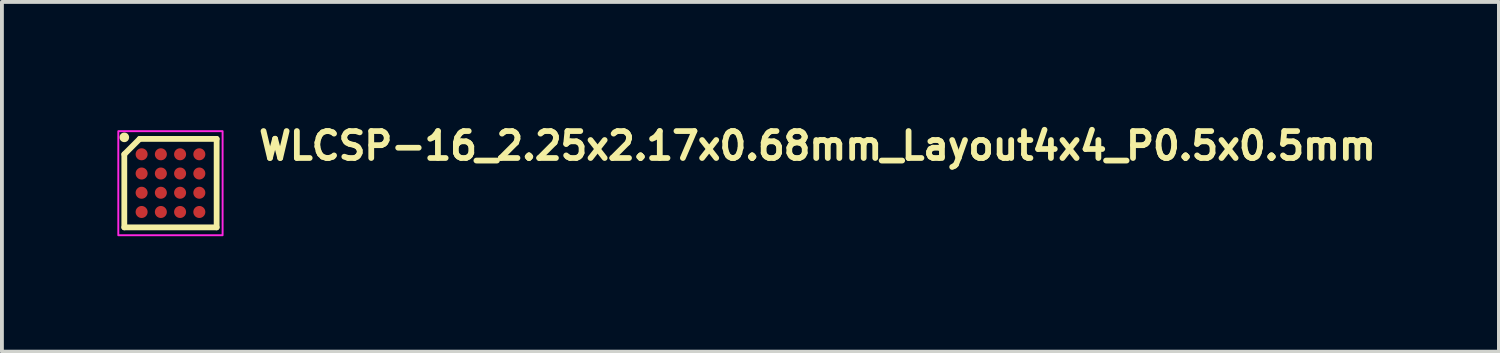
<source format=kicad_pcb>
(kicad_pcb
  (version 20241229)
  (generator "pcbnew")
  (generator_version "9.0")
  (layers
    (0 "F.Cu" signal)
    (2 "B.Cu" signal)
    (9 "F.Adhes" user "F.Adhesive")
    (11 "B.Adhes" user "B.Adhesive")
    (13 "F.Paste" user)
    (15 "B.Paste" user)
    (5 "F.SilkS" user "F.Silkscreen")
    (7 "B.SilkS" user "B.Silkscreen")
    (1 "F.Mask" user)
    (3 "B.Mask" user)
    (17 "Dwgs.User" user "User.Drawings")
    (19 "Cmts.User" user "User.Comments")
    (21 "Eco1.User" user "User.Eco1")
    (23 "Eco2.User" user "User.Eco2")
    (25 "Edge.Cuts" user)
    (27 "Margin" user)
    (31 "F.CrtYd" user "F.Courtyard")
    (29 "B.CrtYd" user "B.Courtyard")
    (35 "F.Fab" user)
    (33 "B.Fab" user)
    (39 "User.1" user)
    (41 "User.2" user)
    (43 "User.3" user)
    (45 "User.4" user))
  (footprint "WLCSP-16_2.25x2.17x0.68mm_Layout4x4_P0.5x0.5mm"
    (layer "F.Cu")
    (at 1.381 1.71)
    (property "Reference" "WLCSP-16_2.25x2.17x0.68mm_Layout4x4_P0.5x0.5mm" (at 2.22 -0.56 0) (layer "F.SilkS") (effects (font (size 0.7 0.7) (thickness 0.15)) (justify left bottom)))
    (attr smd)
    (fp_line (start -1.2 -0.75) (end -0.8 -1.15) (stroke (width 0.15) (type solid)) (layer "F.SilkS"))
    (fp_line (start -1.2 1.15) (end -1.2 -0.75) (stroke (width 0.15) (type solid)) (layer "F.SilkS"))
    (fp_line (start -0.8 -1.15) (end 1.2 -1.15) (stroke (width 0.15) (type solid)) (layer "F.SilkS"))
    (fp_line (start 1.2 -1.15) (end 1.2 1.15) (stroke (width 0.15) (type solid)) (layer "F.SilkS"))
    (fp_line (start 1.2 1.15) (end -1.2 1.15) (stroke (width 0.15) (type solid)) (layer "F.SilkS"))
    (fp_circle (center -1.2 -1.19) (end -1.15 -1.19) (stroke (width 0.15) (type solid)) (fill yes) (layer "F.SilkS"))
    (fp_rect (start -1.356 -1.35) (end 1.355 1.355) (stroke (width 0.05) (type solid)) (fill no) (layer "F.CrtYd"))
    (fp_rect (start -1.125 -1.085) (end 1.125 1.085) (stroke (width 0.1) (type solid)) (fill no) (layer "User.5"))
    (fp_line (start -1.125 -1.085) (end 1.125 -1.085) (stroke (width 0.02) (type solid)) (layer "User.9"))
    (fp_line (start -1.125 1.085) (end -1.125 -1.085) (stroke (width 0.02) (type solid)) (layer "User.9"))
    (fp_line (start -1.125 1.085) (end 1.125 1.085) (stroke (width 0.02) (type solid)) (layer "User.9"))
    (fp_line (start -0.989 -0.828) (end -0.989 -0.821) (stroke (width 0.02) (type solid)) (layer "User.9"))
    (fp_line (start -0.989 -0.821) (end -0.989 -0.814) (stroke (width 0.02) (type solid)) (layer "User.9"))
    (fp_line (start -0.989 -0.814) (end -0.989 -0.807) (stroke (width 0.02) (type solid)) (layer "User.9"))
    (fp_line (start -0.989 -0.807) (end -0.989 -0.8) (stroke (width 0.02) (type solid)) (layer "User.9"))
    (fp_line (start -0.989 -0.8) (end -0.988 -0.793) (stroke (width 0.02) (type solid)) (layer "User.9"))
    (fp_line (start -0.988 -0.834) (end -0.989 -0.828) (stroke (width 0.02) (type solid)) (layer "User.9"))
    (fp_line (start -0.988 -0.793) (end -0.987 -0.786) (stroke (width 0.02) (type solid)) (layer "User.9"))
    (fp_line (start -0.987 -0.841) (end -0.988 -0.834) (stroke (width 0.02) (type solid)) (layer "User.9"))
    (fp_line (start -0.987 -0.786) (end -0.985 -0.78) (stroke (width 0.02) (type solid)) (layer "User.9"))
    (fp_line (start -0.985 -0.848) (end -0.987 -0.841) (stroke (width 0.02) (type solid)) (layer "User.9"))
    (fp_line (start -0.985 -0.78) (end -0.983 -0.773) (stroke (width 0.02) (type solid)) (layer "User.9"))
    (fp_line (start -0.983 -0.854) (end -0.985 -0.848) (stroke (width 0.02) (type solid)) (layer "User.9"))
    (fp_line (start -0.983 -0.773) (end -0.981 -0.767) (stroke (width 0.02) (type solid)) (layer "User.9"))
    (fp_line (start -0.981 -0.86) (end -0.983 -0.854) (stroke (width 0.02) (type solid)) (layer "User.9"))
    (fp_line (start -0.981 -0.767) (end -0.979 -0.761) (stroke (width 0.02) (type solid)) (layer "User.9"))
    (fp_line (start -0.979 -0.867) (end -0.981 -0.86) (stroke (width 0.02) (type solid)) (layer "User.9"))
    (fp_line (start -0.979 -0.761) (end -0.976 -0.755) (stroke (width 0.02) (type solid)) (layer "User.9"))
    (fp_line (start -0.976 -0.873) (end -0.979 -0.867) (stroke (width 0.02) (type solid)) (layer "User.9"))
    (fp_line (start -0.976 -0.755) (end -0.973 -0.749) (stroke (width 0.02) (type solid)) (layer "User.9"))
    (fp_line (start -0.973 -0.878) (end -0.976 -0.873) (stroke (width 0.02) (type solid)) (layer "User.9"))
    (fp_line (start -0.973 -0.749) (end -0.97 -0.743) (stroke (width 0.02) (type solid)) (layer "User.9"))
    (fp_line (start -0.97 -0.884) (end -0.973 -0.878) (stroke (width 0.02) (type solid)) (layer "User.9"))
    (fp_line (start -0.97 -0.743) (end -0.966 -0.738) (stroke (width 0.02) (type solid)) (layer "User.9"))
    (fp_line (start -0.966 -0.89) (end -0.97 -0.884) (stroke (width 0.02) (type solid)) (layer "User.9"))
    (fp_line (start -0.966 -0.738) (end -0.962 -0.733) (stroke (width 0.02) (type solid)) (layer "User.9"))
    (fp_line (start -0.962 -0.895) (end -0.966 -0.89) (stroke (width 0.02) (type solid)) (layer "User.9"))
    (fp_line (start -0.962 -0.733) (end -0.958 -0.727) (stroke (width 0.02) (type solid)) (layer "User.9"))
    (fp_line (start -0.958 -0.9) (end -0.962 -0.895) (stroke (width 0.02) (type solid)) (layer "User.9"))
    (fp_line (start -0.958 -0.727) (end -0.954 -0.723) (stroke (width 0.02) (type solid)) (layer "User.9"))
    (fp_line (start -0.954 -0.905) (end -0.958 -0.9) (stroke (width 0.02) (type solid)) (layer "User.9"))
    (fp_line (start -0.954 -0.723) (end -0.95 -0.718) (stroke (width 0.02) (type solid)) (layer "User.9"))
    (fp_line (start -0.95 -0.91) (end -0.954 -0.905) (stroke (width 0.02) (type solid)) (layer "User.9"))
    (fp_line (start -0.95 -0.718) (end -0.945 -0.713) (stroke (width 0.02) (type solid)) (layer "User.9"))
    (fp_line (start -0.945 -0.914) (end -0.95 -0.91) (stroke (width 0.02) (type solid)) (layer "User.9"))
    (fp_line (start -0.945 -0.713) (end -0.94 -0.709) (stroke (width 0.02) (type solid)) (layer "User.9"))
    (fp_line (start -0.94 -0.918) (end -0.945 -0.914) (stroke (width 0.02) (type solid)) (layer "User.9"))
    (fp_line (start -0.94 -0.709) (end -0.935 -0.705) (stroke (width 0.02) (type solid)) (layer "User.9"))
    (fp_line (start -0.935 -0.922) (end -0.94 -0.918) (stroke (width 0.02) (type solid)) (layer "User.9"))
    (fp_line (start -0.935 -0.705) (end -0.93 -0.701) (stroke (width 0.02) (type solid)) (layer "User.9"))
    (fp_line (start -0.93 -0.926) (end -0.935 -0.922) (stroke (width 0.02) (type solid)) (layer "User.9"))
    (fp_line (start -0.93 -0.701) (end -0.924 -0.698) (stroke (width 0.02) (type solid)) (layer "User.9"))
    (fp_line (start -0.924 -0.93) (end -0.93 -0.926) (stroke (width 0.02) (type solid)) (layer "User.9"))
    (fp_line (start -0.924 -0.698) (end -0.918 -0.694) (stroke (width 0.02) (type solid)) (layer "User.9"))
    (fp_line (start -0.918 -0.933) (end -0.924 -0.93) (stroke (width 0.02) (type solid)) (layer "User.9"))
    (fp_line (start -0.918 -0.694) (end -0.913 -0.691) (stroke (width 0.02) (type solid)) (layer "User.9"))
    (fp_line (start -0.913 -0.936) (end -0.918 -0.933) (stroke (width 0.02) (type solid)) (layer "User.9"))
    (fp_line (start -0.913 -0.691) (end -0.907 -0.689) (stroke (width 0.02) (type solid)) (layer "User.9"))
    (fp_line (start -0.907 -0.939) (end -0.913 -0.936) (stroke (width 0.02) (type solid)) (layer "User.9"))
    (fp_line (start -0.907 -0.689) (end -0.9 -0.686) (stroke (width 0.02) (type solid)) (layer "User.9"))
    (fp_line (start -0.9 -0.941) (end -0.907 -0.939) (stroke (width 0.02) (type solid)) (layer "User.9"))
    (fp_line (start -0.9 -0.686) (end -0.894 -0.684) (stroke (width 0.02) (type solid)) (layer "User.9"))
    (fp_line (start -0.894 -0.943) (end -0.9 -0.941) (stroke (width 0.02) (type solid)) (layer "User.9"))
    (fp_line (start -0.894 -0.684) (end -0.888 -0.682) (stroke (width 0.02) (type solid)) (layer "User.9"))
    (fp_line (start -0.888 -0.945) (end -0.894 -0.943) (stroke (width 0.02) (type solid)) (layer "User.9"))
    (fp_line (start -0.888 -0.682) (end -0.881 -0.681) (stroke (width 0.02) (type solid)) (layer "User.9"))
    (fp_line (start -0.881 -0.947) (end -0.888 -0.945) (stroke (width 0.02) (type solid)) (layer "User.9"))
    (fp_line (start -0.881 -0.681) (end -0.874 -0.68) (stroke (width 0.02) (type solid)) (layer "User.9"))
    (fp_line (start -0.874 -0.948) (end -0.881 -0.947) (stroke (width 0.02) (type solid)) (layer "User.9"))
    (fp_line (start -0.874 -0.68) (end -0.868 -0.679) (stroke (width 0.02) (type solid)) (layer "User.9"))
    (fp_line (start -0.868 -0.949) (end -0.874 -0.948) (stroke (width 0.02) (type solid)) (layer "User.9"))
    (fp_line (start -0.868 -0.679) (end -0.861 -0.678) (stroke (width 0.02) (type solid)) (layer "User.9"))
    (fp_line (start -0.861 -0.949) (end -0.868 -0.949) (stroke (width 0.02) (type solid)) (layer "User.9"))
    (fp_line (start -0.861 -0.678) (end -0.854 -0.678) (stroke (width 0.02) (type solid)) (layer "User.9"))
    (fp_line (start -0.854 -0.949) (end -0.861 -0.949) (stroke (width 0.02) (type solid)) (layer "User.9"))
    (fp_line (start -0.854 -0.678) (end -0.847 -0.678) (stroke (width 0.02) (type solid)) (layer "User.9"))
    (fp_line (start -0.847 -0.949) (end -0.854 -0.949) (stroke (width 0.02) (type solid)) (layer "User.9"))
    (fp_line (start -0.847 -0.678) (end -0.84 -0.679) (stroke (width 0.02) (type solid)) (layer "User.9"))
    (fp_line (start -0.84 -0.949) (end -0.847 -0.949) (stroke (width 0.02) (type solid)) (layer "User.9"))
    (fp_line (start -0.84 -0.679) (end -0.833 -0.68) (stroke (width 0.02) (type solid)) (layer "User.9"))
    (fp_line (start -0.833 -0.948) (end -0.84 -0.949) (stroke (width 0.02) (type solid)) (layer "User.9"))
    (fp_line (start -0.833 -0.68) (end -0.826 -0.681) (stroke (width 0.02) (type solid)) (layer "User.9"))
    (fp_line (start -0.826 -0.947) (end -0.833 -0.948) (stroke (width 0.02) (type solid)) (layer "User.9"))
    (fp_line (start -0.826 -0.681) (end -0.82 -0.682) (stroke (width 0.02) (type solid)) (layer "User.9"))
    (fp_line (start -0.82 -0.945) (end -0.826 -0.947) (stroke (width 0.02) (type solid)) (layer "User.9"))
    (fp_line (start -0.82 -0.682) (end -0.813 -0.684) (stroke (width 0.02) (type solid)) (layer "User.9"))
    (fp_line (start -0.813 -0.943) (end -0.82 -0.945) (stroke (width 0.02) (type solid)) (layer "User.9"))
    (fp_line (start -0.813 -0.684) (end -0.807 -0.686) (stroke (width 0.02) (type solid)) (layer "User.9"))
    (fp_line (start -0.807 -0.941) (end -0.813 -0.943) (stroke (width 0.02) (type solid)) (layer "User.9"))
    (fp_line (start -0.807 -0.686) (end -0.801 -0.689) (stroke (width 0.02) (type solid)) (layer "User.9"))
    (fp_line (start -0.801 -0.939) (end -0.807 -0.941) (stroke (width 0.02) (type solid)) (layer "User.9"))
    (fp_line (start -0.801 -0.689) (end -0.795 -0.691) (stroke (width 0.02) (type solid)) (layer "User.9"))
    (fp_line (start -0.795 -0.936) (end -0.801 -0.939) (stroke (width 0.02) (type solid)) (layer "User.9"))
    (fp_line (start -0.795 -0.691) (end -0.789 -0.694) (stroke (width 0.02) (type solid)) (layer "User.9"))
    (fp_line (start -0.789 -0.933) (end -0.795 -0.936) (stroke (width 0.02) (type solid)) (layer "User.9"))
    (fp_line (start -0.789 -0.694) (end -0.783 -0.698) (stroke (width 0.02) (type solid)) (layer "User.9"))
    (fp_line (start -0.783 -0.93) (end -0.789 -0.933) (stroke (width 0.02) (type solid)) (layer "User.9"))
    (fp_line (start -0.783 -0.698) (end -0.778 -0.701) (stroke (width 0.02) (type solid)) (layer "User.9"))
    (fp_line (start -0.778 -0.926) (end -0.783 -0.93) (stroke (width 0.02) (type solid)) (layer "User.9"))
    (fp_line (start -0.778 -0.701) (end -0.773 -0.705) (stroke (width 0.02) (type solid)) (layer "User.9"))
    (fp_line (start -0.773 -0.922) (end -0.778 -0.926) (stroke (width 0.02) (type solid)) (layer "User.9"))
    (fp_line (start -0.773 -0.705) (end -0.767 -0.709) (stroke (width 0.02) (type solid)) (layer "User.9"))
    (fp_line (start -0.767 -0.918) (end -0.773 -0.922) (stroke (width 0.02) (type solid)) (layer "User.9"))
    (fp_line (start -0.767 -0.709) (end -0.763 -0.713) (stroke (width 0.02) (type solid)) (layer "User.9"))
    (fp_line (start -0.763 -0.914) (end -0.767 -0.918) (stroke (width 0.02) (type solid)) (layer "User.9"))
    (fp_line (start -0.763 -0.713) (end -0.758 -0.718) (stroke (width 0.02) (type solid)) (layer "User.9"))
    (fp_line (start -0.758 -0.91) (end -0.763 -0.914) (stroke (width 0.02) (type solid)) (layer "User.9"))
    (fp_line (start -0.758 -0.718) (end -0.753 -0.723) (stroke (width 0.02) (type solid)) (layer "User.9"))
    (fp_line (start -0.753 -0.905) (end -0.758 -0.91) (stroke (width 0.02) (type solid)) (layer "User.9"))
    (fp_line (start -0.753 -0.723) (end -0.749 -0.727) (stroke (width 0.02) (type solid)) (layer "User.9"))
    (fp_line (start -0.749 -0.9) (end -0.753 -0.905) (stroke (width 0.02) (type solid)) (layer "User.9"))
    (fp_line (start -0.749 -0.727) (end -0.745 -0.733) (stroke (width 0.02) (type solid)) (layer "User.9"))
    (fp_line (start -0.745 -0.895) (end -0.749 -0.9) (stroke (width 0.02) (type solid)) (layer "User.9"))
    (fp_line (start -0.745 -0.733) (end -0.741 -0.738) (stroke (width 0.02) (type solid)) (layer "User.9"))
    (fp_line (start -0.741 -0.89) (end -0.745 -0.895) (stroke (width 0.02) (type solid)) (layer "User.9"))
    (fp_line (start -0.741 -0.738) (end -0.738 -0.743) (stroke (width 0.02) (type solid)) (layer "User.9"))
    (fp_line (start -0.738 -0.884) (end -0.741 -0.89) (stroke (width 0.02) (type solid)) (layer "User.9"))
    (fp_line (start -0.738 -0.743) (end -0.734 -0.749) (stroke (width 0.02) (type solid)) (layer "User.9"))
    (fp_line (start -0.734 -0.878) (end -0.738 -0.884) (stroke (width 0.02) (type solid)) (layer "User.9"))
    (fp_line (start -0.734 -0.749) (end -0.731 -0.755) (stroke (width 0.02) (type solid)) (layer "User.9"))
    (fp_line (start -0.731 -0.873) (end -0.734 -0.878) (stroke (width 0.02) (type solid)) (layer "User.9"))
    (fp_line (start -0.731 -0.755) (end -0.729 -0.761) (stroke (width 0.02) (type solid)) (layer "User.9"))
    (fp_line (start -0.729 -0.867) (end -0.731 -0.873) (stroke (width 0.02) (type solid)) (layer "User.9"))
    (fp_line (start -0.729 -0.761) (end -0.726 -0.767) (stroke (width 0.02) (type solid)) (layer "User.9"))
    (fp_line (start -0.726 -0.86) (end -0.729 -0.867) (stroke (width 0.02) (type solid)) (layer "User.9"))
    (fp_line (start -0.726 -0.767) (end -0.724 -0.773) (stroke (width 0.02) (type solid)) (layer "User.9"))
    (fp_line (start -0.724 -0.854) (end -0.726 -0.86) (stroke (width 0.02) (type solid)) (layer "User.9"))
    (fp_line (start -0.724 -0.773) (end -0.722 -0.78) (stroke (width 0.02) (type solid)) (layer "User.9"))
    (fp_line (start -0.722 -0.848) (end -0.724 -0.854) (stroke (width 0.02) (type solid)) (layer "User.9"))
    (fp_line (start -0.722 -0.78) (end -0.721 -0.786) (stroke (width 0.02) (type solid)) (layer "User.9"))
    (fp_line (start -0.721 -0.841) (end -0.722 -0.848) (stroke (width 0.02) (type solid)) (layer "User.9"))
    (fp_line (start -0.721 -0.786) (end -0.72 -0.793) (stroke (width 0.02) (type solid)) (layer "User.9"))
    (fp_line (start -0.72 -0.834) (end -0.721 -0.841) (stroke (width 0.02) (type solid)) (layer "User.9"))
    (fp_line (start -0.72 -0.793) (end -0.719 -0.8) (stroke (width 0.02) (type solid)) (layer "User.9"))
    (fp_line (start -0.719 -0.828) (end -0.72 -0.834) (stroke (width 0.02) (type solid)) (layer "User.9"))
    (fp_line (start -0.719 -0.8) (end -0.718 -0.807) (stroke (width 0.02) (type solid)) (layer "User.9"))
    (fp_line (start -0.718 -0.821) (end -0.719 -0.828) (stroke (width 0.02) (type solid)) (layer "User.9"))
    (fp_line (start -0.718 -0.814) (end -0.718 -0.821) (stroke (width 0.02) (type solid)) (layer "User.9"))
    (fp_line (start -0.718 -0.807) (end -0.718 -0.814) (stroke (width 0.02) (type solid)) (layer "User.9"))
    (fp_line (start 1.125 1.085) (end 1.125 -1.085) (stroke (width 0.02) (type solid)) (layer "User.9"))
    (pad "A1" smd circle (at -0.75 -0.75 90) (size 0.312 0.312) (layers "F.Cu" "F.Mask" "F.Paste"))
    (pad "A2" smd circle (at -0.25 -0.75 90) (size 0.312 0.312) (layers "F.Cu" "F.Mask" "F.Paste"))
    (pad "A3" smd circle (at 0.25 -0.75 90) (size 0.312 0.312) (layers "F.Cu" "F.Mask" "F.Paste"))
    (pad "A4" smd circle (at 0.75 -0.75 90) (size 0.312 0.312) (layers "F.Cu" "F.Mask" "F.Paste"))
    (pad "B1" smd circle (at -0.75 -0.25 90) (size 0.312 0.312) (layers "F.Cu" "F.Mask" "F.Paste"))
    (pad "B2" smd circle (at -0.25 -0.25 90) (size 0.312 0.312) (layers "F.Cu" "F.Mask" "F.Paste"))
    (pad "B3" smd circle (at 0.25 -0.25 90) (size 0.312 0.312) (layers "F.Cu" "F.Mask" "F.Paste"))
    (pad "B4" smd circle (at 0.75 -0.25 90) (size 0.312 0.312) (layers "F.Cu" "F.Mask" "F.Paste"))
    (pad "C1" smd circle (at -0.75 0.25 90) (size 0.312 0.312) (layers "F.Cu" "F.Mask" "F.Paste"))
    (pad "C2" smd circle (at -0.25 0.25 90) (size 0.312 0.312) (layers "F.Cu" "F.Mask" "F.Paste"))
    (pad "C3" smd circle (at 0.25 0.25 90) (size 0.312 0.312) (layers "F.Cu" "F.Mask" "F.Paste"))
    (pad "C4" smd circle (at 0.75 0.25 90) (size 0.312 0.312) (layers "F.Cu" "F.Mask" "F.Paste"))
    (pad "D1" smd circle (at -0.75 0.75 90) (size 0.312 0.312) (layers "F.Cu" "F.Mask" "F.Paste"))
    (pad "D2" smd circle (at -0.25 0.75 90) (size 0.312 0.312) (layers "F.Cu" "F.Mask" "F.Paste"))
    (pad "D3" smd circle (at 0.25 0.75 90) (size 0.312 0.312) (layers "F.Cu" "F.Mask" "F.Paste"))
    (pad "D4" smd circle (at 0.75 0.75 90) (size 0.312 0.312) (layers "F.Cu" "F.Mask" "F.Paste")))
  (gr_rect
    (start -3 -3)
    (end 35.911 6.09)
    (stroke (width 0.1) (type default))
    (fill no)
    (layer "Edge.Cuts")))
</source>
